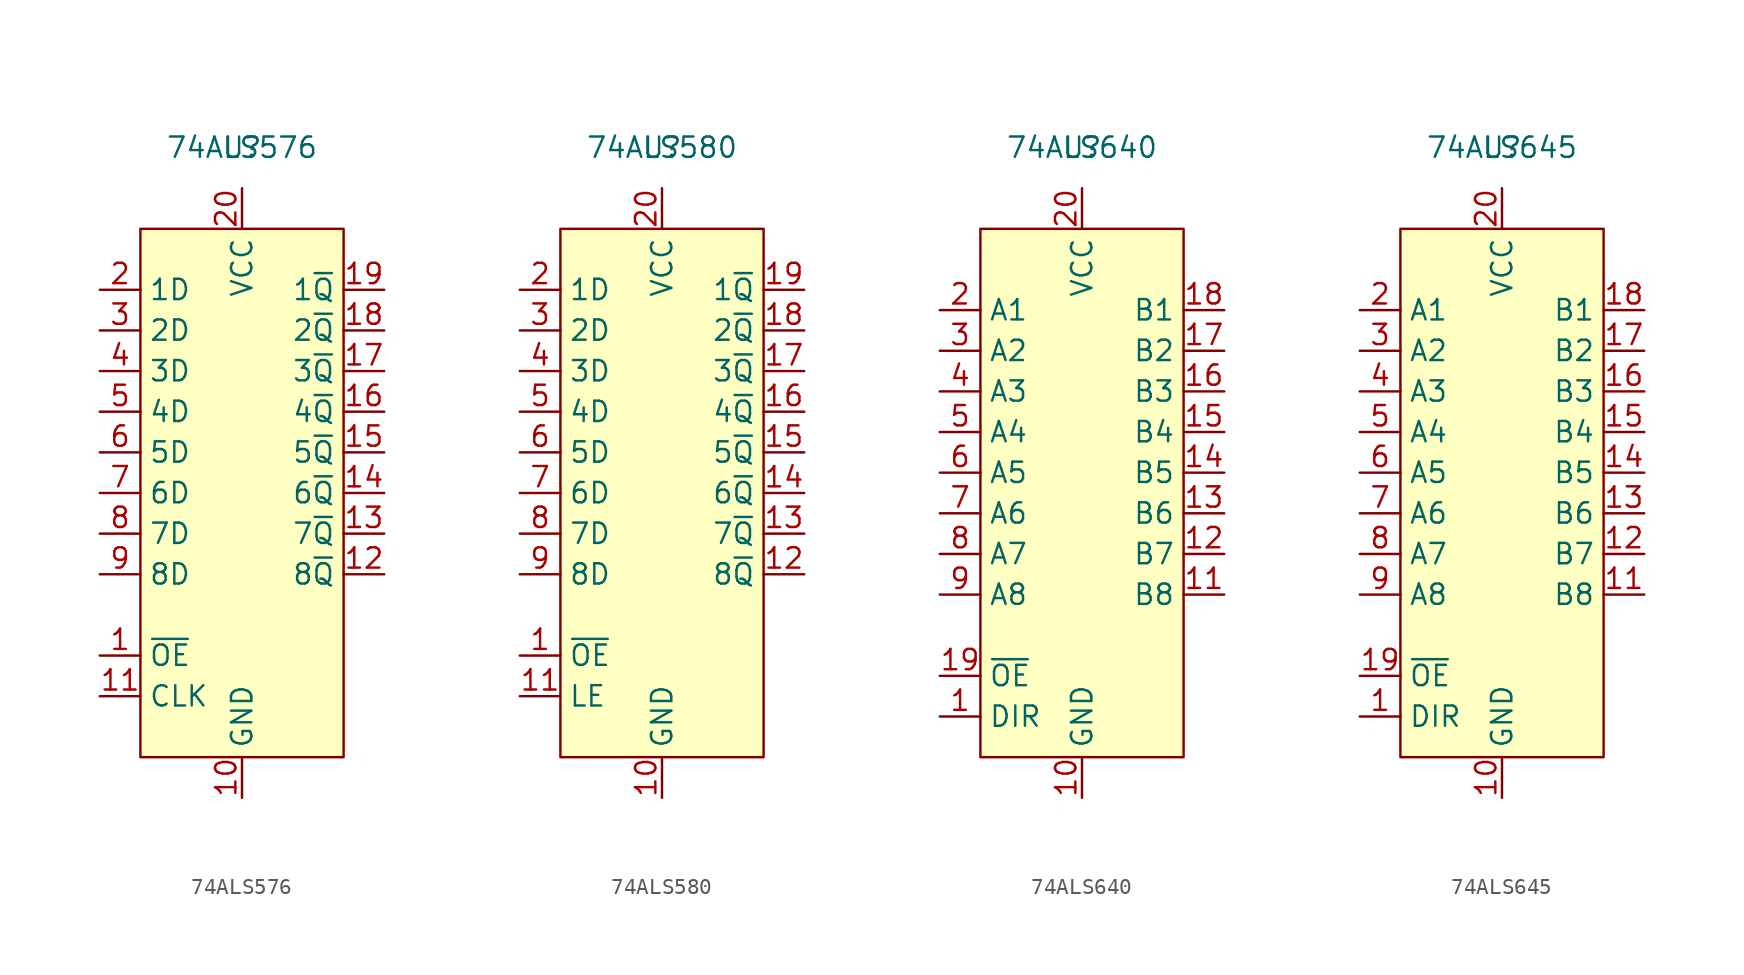
<source format=kicad_sym>
(kicad_symbol_lib
  (version 20220914)
  (generator kicad_symbol_editor)
  (symbol "74ALS576"
    (property "Reference" "U"
      (at 0 0 0)
      (effects (font (size 1.27 1.27))))
    (property "Value" "74ALS576"
      (at 0 0 0)
      (effects (font (size 1.27 1.27))))
    (symbol "74ALS576_1_1"
      (rectangle (start -6.35 -5.08) (end 6.35 -38.1) (stroke (width 0) (type default)) (fill (type background)))
      (pin input line (at -8.89 -31.75 0) (length 2.54) (name "~{OE}" (effects (font (size 1.27 1.27)))) (number "1" (effects (font (size 1.27 1.27)))))
      (pin power_in line (at 0 -40.64 90) (length 2.54) (name "GND" (effects (font (size 1.27 1.27)))) (number "10" (effects (font (size 1.27 1.27)))))
      (pin input line (at -8.89 -34.29 0) (length 2.54) (name "CLK" (effects (font (size 1.27 1.27)))) (number "11" (effects (font (size 1.27 1.27)))))
      (pin tri_state line (at 8.89 -26.67 180) (length 2.54) (name "8~{Q}" (effects (font (size 1.27 1.27)))) (number "12" (effects (font (size 1.27 1.27)))))
      (pin tri_state line (at 8.89 -24.13 180) (length 2.54) (name "7~{Q}" (effects (font (size 1.27 1.27)))) (number "13" (effects (font (size 1.27 1.27)))))
      (pin tri_state line (at 8.89 -21.59 180) (length 2.54) (name "6~{Q}" (effects (font (size 1.27 1.27)))) (number "14" (effects (font (size 1.27 1.27)))))
      (pin tri_state line (at 8.89 -19.05 180) (length 2.54) (name "5~{Q}" (effects (font (size 1.27 1.27)))) (number "15" (effects (font (size 1.27 1.27)))))
      (pin tri_state line (at 8.89 -16.51 180) (length 2.54) (name "4~{Q}" (effects (font (size 1.27 1.27)))) (number "16" (effects (font (size 1.27 1.27)))))
      (pin tri_state line (at 8.89 -13.97 180) (length 2.54) (name "3~{Q}" (effects (font (size 1.27 1.27)))) (number "17" (effects (font (size 1.27 1.27)))))
      (pin tri_state line (at 8.89 -11.43 180) (length 2.54) (name "2~{Q}" (effects (font (size 1.27 1.27)))) (number "18" (effects (font (size 1.27 1.27)))))
      (pin tri_state line (at 8.89 -8.89 180) (length 2.54) (name "1~{Q}" (effects (font (size 1.27 1.27)))) (number "19" (effects (font (size 1.27 1.27)))))
      (pin input line (at -8.89 -8.89 0) (length 2.54) (name "1D" (effects (font (size 1.27 1.27)))) (number "2" (effects (font (size 1.27 1.27)))))
      (pin power_in line (at 0 -2.54 270) (length 2.54) (name "VCC" (effects (font (size 1.27 1.27)))) (number "20" (effects (font (size 1.27 1.27)))))
      (pin input line (at -8.89 -11.43 0) (length 2.54) (name "2D" (effects (font (size 1.27 1.27)))) (number "3" (effects (font (size 1.27 1.27)))))
      (pin input line (at -8.89 -13.97 0) (length 2.54) (name "3D" (effects (font (size 1.27 1.27)))) (number "4" (effects (font (size 1.27 1.27)))))
      (pin input line (at -8.89 -16.51 0) (length 2.54) (name "4D" (effects (font (size 1.27 1.27)))) (number "5" (effects (font (size 1.27 1.27)))))
      (pin input line (at -8.89 -19.05 0) (length 2.54) (name "5D" (effects (font (size 1.27 1.27)))) (number "6" (effects (font (size 1.27 1.27)))))
      (pin input line (at -8.89 -21.59 0) (length 2.54) (name "6D" (effects (font (size 1.27 1.27)))) (number "7" (effects (font (size 1.27 1.27)))))
      (pin input line (at -8.89 -24.13 0) (length 2.54) (name "7D" (effects (font (size 1.27 1.27)))) (number "8" (effects (font (size 1.27 1.27)))))
      (pin input line (at -8.89 -26.67 0) (length 2.54) (name "8D" (effects (font (size 1.27 1.27)))) (number "9" (effects (font (size 1.27 1.27)))))))
  (symbol "74ALS580"
    (property "Reference" "U"
      (at 0 0 0)
      (effects (font (size 1.27 1.27))))
    (property "Value" "74ALS580"
      (at 0 0 0)
      (effects (font (size 1.27 1.27))))
    (symbol "74ALS580_1_1"
      (rectangle (start -6.35 -5.08) (end 6.35 -38.1) (stroke (width 0) (type default)) (fill (type background)))
      (pin input line (at -8.89 -31.75 0) (length 2.54) (name "~{OE}" (effects (font (size 1.27 1.27)))) (number "1" (effects (font (size 1.27 1.27)))))
      (pin power_in line (at 0 -40.64 90) (length 2.54) (name "GND" (effects (font (size 1.27 1.27)))) (number "10" (effects (font (size 1.27 1.27)))))
      (pin input line (at -8.89 -34.29 0) (length 2.54) (name "LE" (effects (font (size 1.27 1.27)))) (number "11" (effects (font (size 1.27 1.27)))))
      (pin tri_state line (at 8.89 -26.67 180) (length 2.54) (name "8~{Q}" (effects (font (size 1.27 1.27)))) (number "12" (effects (font (size 1.27 1.27)))))
      (pin tri_state line (at 8.89 -24.13 180) (length 2.54) (name "7~{Q}" (effects (font (size 1.27 1.27)))) (number "13" (effects (font (size 1.27 1.27)))))
      (pin tri_state line (at 8.89 -21.59 180) (length 2.54) (name "6~{Q}" (effects (font (size 1.27 1.27)))) (number "14" (effects (font (size 1.27 1.27)))))
      (pin tri_state line (at 8.89 -19.05 180) (length 2.54) (name "5~{Q}" (effects (font (size 1.27 1.27)))) (number "15" (effects (font (size 1.27 1.27)))))
      (pin tri_state line (at 8.89 -16.51 180) (length 2.54) (name "4~{Q}" (effects (font (size 1.27 1.27)))) (number "16" (effects (font (size 1.27 1.27)))))
      (pin tri_state line (at 8.89 -13.97 180) (length 2.54) (name "3~{Q}" (effects (font (size 1.27 1.27)))) (number "17" (effects (font (size 1.27 1.27)))))
      (pin tri_state line (at 8.89 -11.43 180) (length 2.54) (name "2~{Q}" (effects (font (size 1.27 1.27)))) (number "18" (effects (font (size 1.27 1.27)))))
      (pin tri_state line (at 8.89 -8.89 180) (length 2.54) (name "1~{Q}" (effects (font (size 1.27 1.27)))) (number "19" (effects (font (size 1.27 1.27)))))
      (pin input line (at -8.89 -8.89 0) (length 2.54) (name "1D" (effects (font (size 1.27 1.27)))) (number "2" (effects (font (size 1.27 1.27)))))
      (pin power_in line (at 0 -2.54 270) (length 2.54) (name "VCC" (effects (font (size 1.27 1.27)))) (number "20" (effects (font (size 1.27 1.27)))))
      (pin input line (at -8.89 -11.43 0) (length 2.54) (name "2D" (effects (font (size 1.27 1.27)))) (number "3" (effects (font (size 1.27 1.27)))))
      (pin input line (at -8.89 -13.97 0) (length 2.54) (name "3D" (effects (font (size 1.27 1.27)))) (number "4" (effects (font (size 1.27 1.27)))))
      (pin input line (at -8.89 -16.51 0) (length 2.54) (name "4D" (effects (font (size 1.27 1.27)))) (number "5" (effects (font (size 1.27 1.27)))))
      (pin input line (at -8.89 -19.05 0) (length 2.54) (name "5D" (effects (font (size 1.27 1.27)))) (number "6" (effects (font (size 1.27 1.27)))))
      (pin input line (at -8.89 -21.59 0) (length 2.54) (name "6D" (effects (font (size 1.27 1.27)))) (number "7" (effects (font (size 1.27 1.27)))))
      (pin input line (at -8.89 -24.13 0) (length 2.54) (name "7D" (effects (font (size 1.27 1.27)))) (number "8" (effects (font (size 1.27 1.27)))))
      (pin input line (at -8.89 -26.67 0) (length 2.54) (name "8D" (effects (font (size 1.27 1.27)))) (number "9" (effects (font (size 1.27 1.27)))))))
  (symbol "74ALS640"
    (property "Reference" "U"
      (at 0 0 0)
      (effects (font (size 1.27 1.27))))
    (property "Value" "74ALS640"
      (at 0 0 0)
      (effects (font (size 1.27 1.27))))
    (symbol "74ALS640_1_1"
      (rectangle (start -6.35 -5.08) (end 6.35 -38.1) (stroke (width 0) (type default)) (fill (type background)))
      (pin input line (at -8.89 -35.56 0) (length 2.54) (name "DIR" (effects (font (size 1.27 1.27)))) (number "1" (effects (font (size 1.27 1.27)))))
      (pin power_in line (at 0 -40.64 90) (length 2.54) (name "GND" (effects (font (size 1.27 1.27)))) (number "10" (effects (font (size 1.27 1.27)))))
      (pin bidirectional line (at 8.89 -27.94 180) (length 2.54) (name "B8" (effects (font (size 1.27 1.27)))) (number "11" (effects (font (size 1.27 1.27)))))
      (pin bidirectional line (at 8.89 -25.4 180) (length 2.54) (name "B7" (effects (font (size 1.27 1.27)))) (number "12" (effects (font (size 1.27 1.27)))))
      (pin bidirectional line (at 8.89 -22.86 180) (length 2.54) (name "B6" (effects (font (size 1.27 1.27)))) (number "13" (effects (font (size 1.27 1.27)))))
      (pin bidirectional line (at 8.89 -20.32 180) (length 2.54) (name "B5" (effects (font (size 1.27 1.27)))) (number "14" (effects (font (size 1.27 1.27)))))
      (pin bidirectional line (at 8.89 -17.78 180) (length 2.54) (name "B4" (effects (font (size 1.27 1.27)))) (number "15" (effects (font (size 1.27 1.27)))))
      (pin bidirectional line (at 8.89 -15.24 180) (length 2.54) (name "B3" (effects (font (size 1.27 1.27)))) (number "16" (effects (font (size 1.27 1.27)))))
      (pin bidirectional line (at 8.89 -12.7 180) (length 2.54) (name "B2" (effects (font (size 1.27 1.27)))) (number "17" (effects (font (size 1.27 1.27)))))
      (pin bidirectional line (at 8.89 -10.16 180) (length 2.54) (name "B1" (effects (font (size 1.27 1.27)))) (number "18" (effects (font (size 1.27 1.27)))))
      (pin input line (at -8.89 -33.02 0) (length 2.54) (name "~{OE}" (effects (font (size 1.27 1.27)))) (number "19" (effects (font (size 1.27 1.27)))))
      (pin bidirectional line (at -8.89 -10.16 0) (length 2.54) (name "A1" (effects (font (size 1.27 1.27)))) (number "2" (effects (font (size 1.27 1.27)))))
      (pin power_in line (at 0 -2.54 270) (length 2.54) (name "VCC" (effects (font (size 1.27 1.27)))) (number "20" (effects (font (size 1.27 1.27)))))
      (pin bidirectional line (at -8.89 -12.7 0) (length 2.54) (name "A2" (effects (font (size 1.27 1.27)))) (number "3" (effects (font (size 1.27 1.27)))))
      (pin bidirectional line (at -8.89 -15.24 0) (length 2.54) (name "A3" (effects (font (size 1.27 1.27)))) (number "4" (effects (font (size 1.27 1.27)))))
      (pin bidirectional line (at -8.89 -17.78 0) (length 2.54) (name "A4" (effects (font (size 1.27 1.27)))) (number "5" (effects (font (size 1.27 1.27)))))
      (pin bidirectional line (at -8.89 -20.32 0) (length 2.54) (name "A5" (effects (font (size 1.27 1.27)))) (number "6" (effects (font (size 1.27 1.27)))))
      (pin bidirectional line (at -8.89 -22.86 0) (length 2.54) (name "A6" (effects (font (size 1.27 1.27)))) (number "7" (effects (font (size 1.27 1.27)))))
      (pin bidirectional line (at -8.89 -25.4 0) (length 2.54) (name "A7" (effects (font (size 1.27 1.27)))) (number "8" (effects (font (size 1.27 1.27)))))
      (pin bidirectional line (at -8.89 -27.94 0) (length 2.54) (name "A8" (effects (font (size 1.27 1.27)))) (number "9" (effects (font (size 1.27 1.27)))))))
  (symbol "74ALS645"
    (property "Reference" "U"
      (at 0 0 0)
      (effects (font (size 1.27 1.27))))
    (property "Value" "74ALS645"
      (at 0 0 0)
      (effects (font (size 1.27 1.27))))
    (symbol "74ALS645_1_1"
      (rectangle (start -6.35 -5.08) (end 6.35 -38.1) (stroke (width 0) (type default)) (fill (type background)))
      (pin input line (at -8.89 -35.56 0) (length 2.54) (name "DIR" (effects (font (size 1.27 1.27)))) (number "1" (effects (font (size 1.27 1.27)))))
      (pin power_in line (at 0 -40.64 90) (length 2.54) (name "GND" (effects (font (size 1.27 1.27)))) (number "10" (effects (font (size 1.27 1.27)))))
      (pin bidirectional line (at 8.89 -27.94 180) (length 2.54) (name "B8" (effects (font (size 1.27 1.27)))) (number "11" (effects (font (size 1.27 1.27)))))
      (pin bidirectional line (at 8.89 -25.4 180) (length 2.54) (name "B7" (effects (font (size 1.27 1.27)))) (number "12" (effects (font (size 1.27 1.27)))))
      (pin bidirectional line (at 8.89 -22.86 180) (length 2.54) (name "B6" (effects (font (size 1.27 1.27)))) (number "13" (effects (font (size 1.27 1.27)))))
      (pin bidirectional line (at 8.89 -20.32 180) (length 2.54) (name "B5" (effects (font (size 1.27 1.27)))) (number "14" (effects (font (size 1.27 1.27)))))
      (pin bidirectional line (at 8.89 -17.78 180) (length 2.54) (name "B4" (effects (font (size 1.27 1.27)))) (number "15" (effects (font (size 1.27 1.27)))))
      (pin bidirectional line (at 8.89 -15.24 180) (length 2.54) (name "B3" (effects (font (size 1.27 1.27)))) (number "16" (effects (font (size 1.27 1.27)))))
      (pin bidirectional line (at 8.89 -12.7 180) (length 2.54) (name "B2" (effects (font (size 1.27 1.27)))) (number "17" (effects (font (size 1.27 1.27)))))
      (pin bidirectional line (at 8.89 -10.16 180) (length 2.54) (name "B1" (effects (font (size 1.27 1.27)))) (number "18" (effects (font (size 1.27 1.27)))))
      (pin input line (at -8.89 -33.02 0) (length 2.54) (name "~{OE}" (effects (font (size 1.27 1.27)))) (number "19" (effects (font (size 1.27 1.27)))))
      (pin bidirectional line (at -8.89 -10.16 0) (length 2.54) (name "A1" (effects (font (size 1.27 1.27)))) (number "2" (effects (font (size 1.27 1.27)))))
      (pin power_in line (at 0 -2.54 270) (length 2.54) (name "VCC" (effects (font (size 1.27 1.27)))) (number "20" (effects (font (size 1.27 1.27)))))
      (pin bidirectional line (at -8.89 -12.7 0) (length 2.54) (name "A2" (effects (font (size 1.27 1.27)))) (number "3" (effects (font (size 1.27 1.27)))))
      (pin bidirectional line (at -8.89 -15.24 0) (length 2.54) (name "A3" (effects (font (size 1.27 1.27)))) (number "4" (effects (font (size 1.27 1.27)))))
      (pin bidirectional line (at -8.89 -17.78 0) (length 2.54) (name "A4" (effects (font (size 1.27 1.27)))) (number "5" (effects (font (size 1.27 1.27)))))
      (pin bidirectional line (at -8.89 -20.32 0) (length 2.54) (name "A5" (effects (font (size 1.27 1.27)))) (number "6" (effects (font (size 1.27 1.27)))))
      (pin bidirectional line (at -8.89 -22.86 0) (length 2.54) (name "A6" (effects (font (size 1.27 1.27)))) (number "7" (effects (font (size 1.27 1.27)))))
      (pin bidirectional line (at -8.89 -25.4 0) (length 2.54) (name "A7" (effects (font (size 1.27 1.27)))) (number "8" (effects (font (size 1.27 1.27)))))
      (pin bidirectional line (at -8.89 -27.94 0) (length 2.54) (name "A8" (effects (font (size 1.27 1.27)))) (number "9" (effects (font (size 1.27 1.27))))))))
</source>
